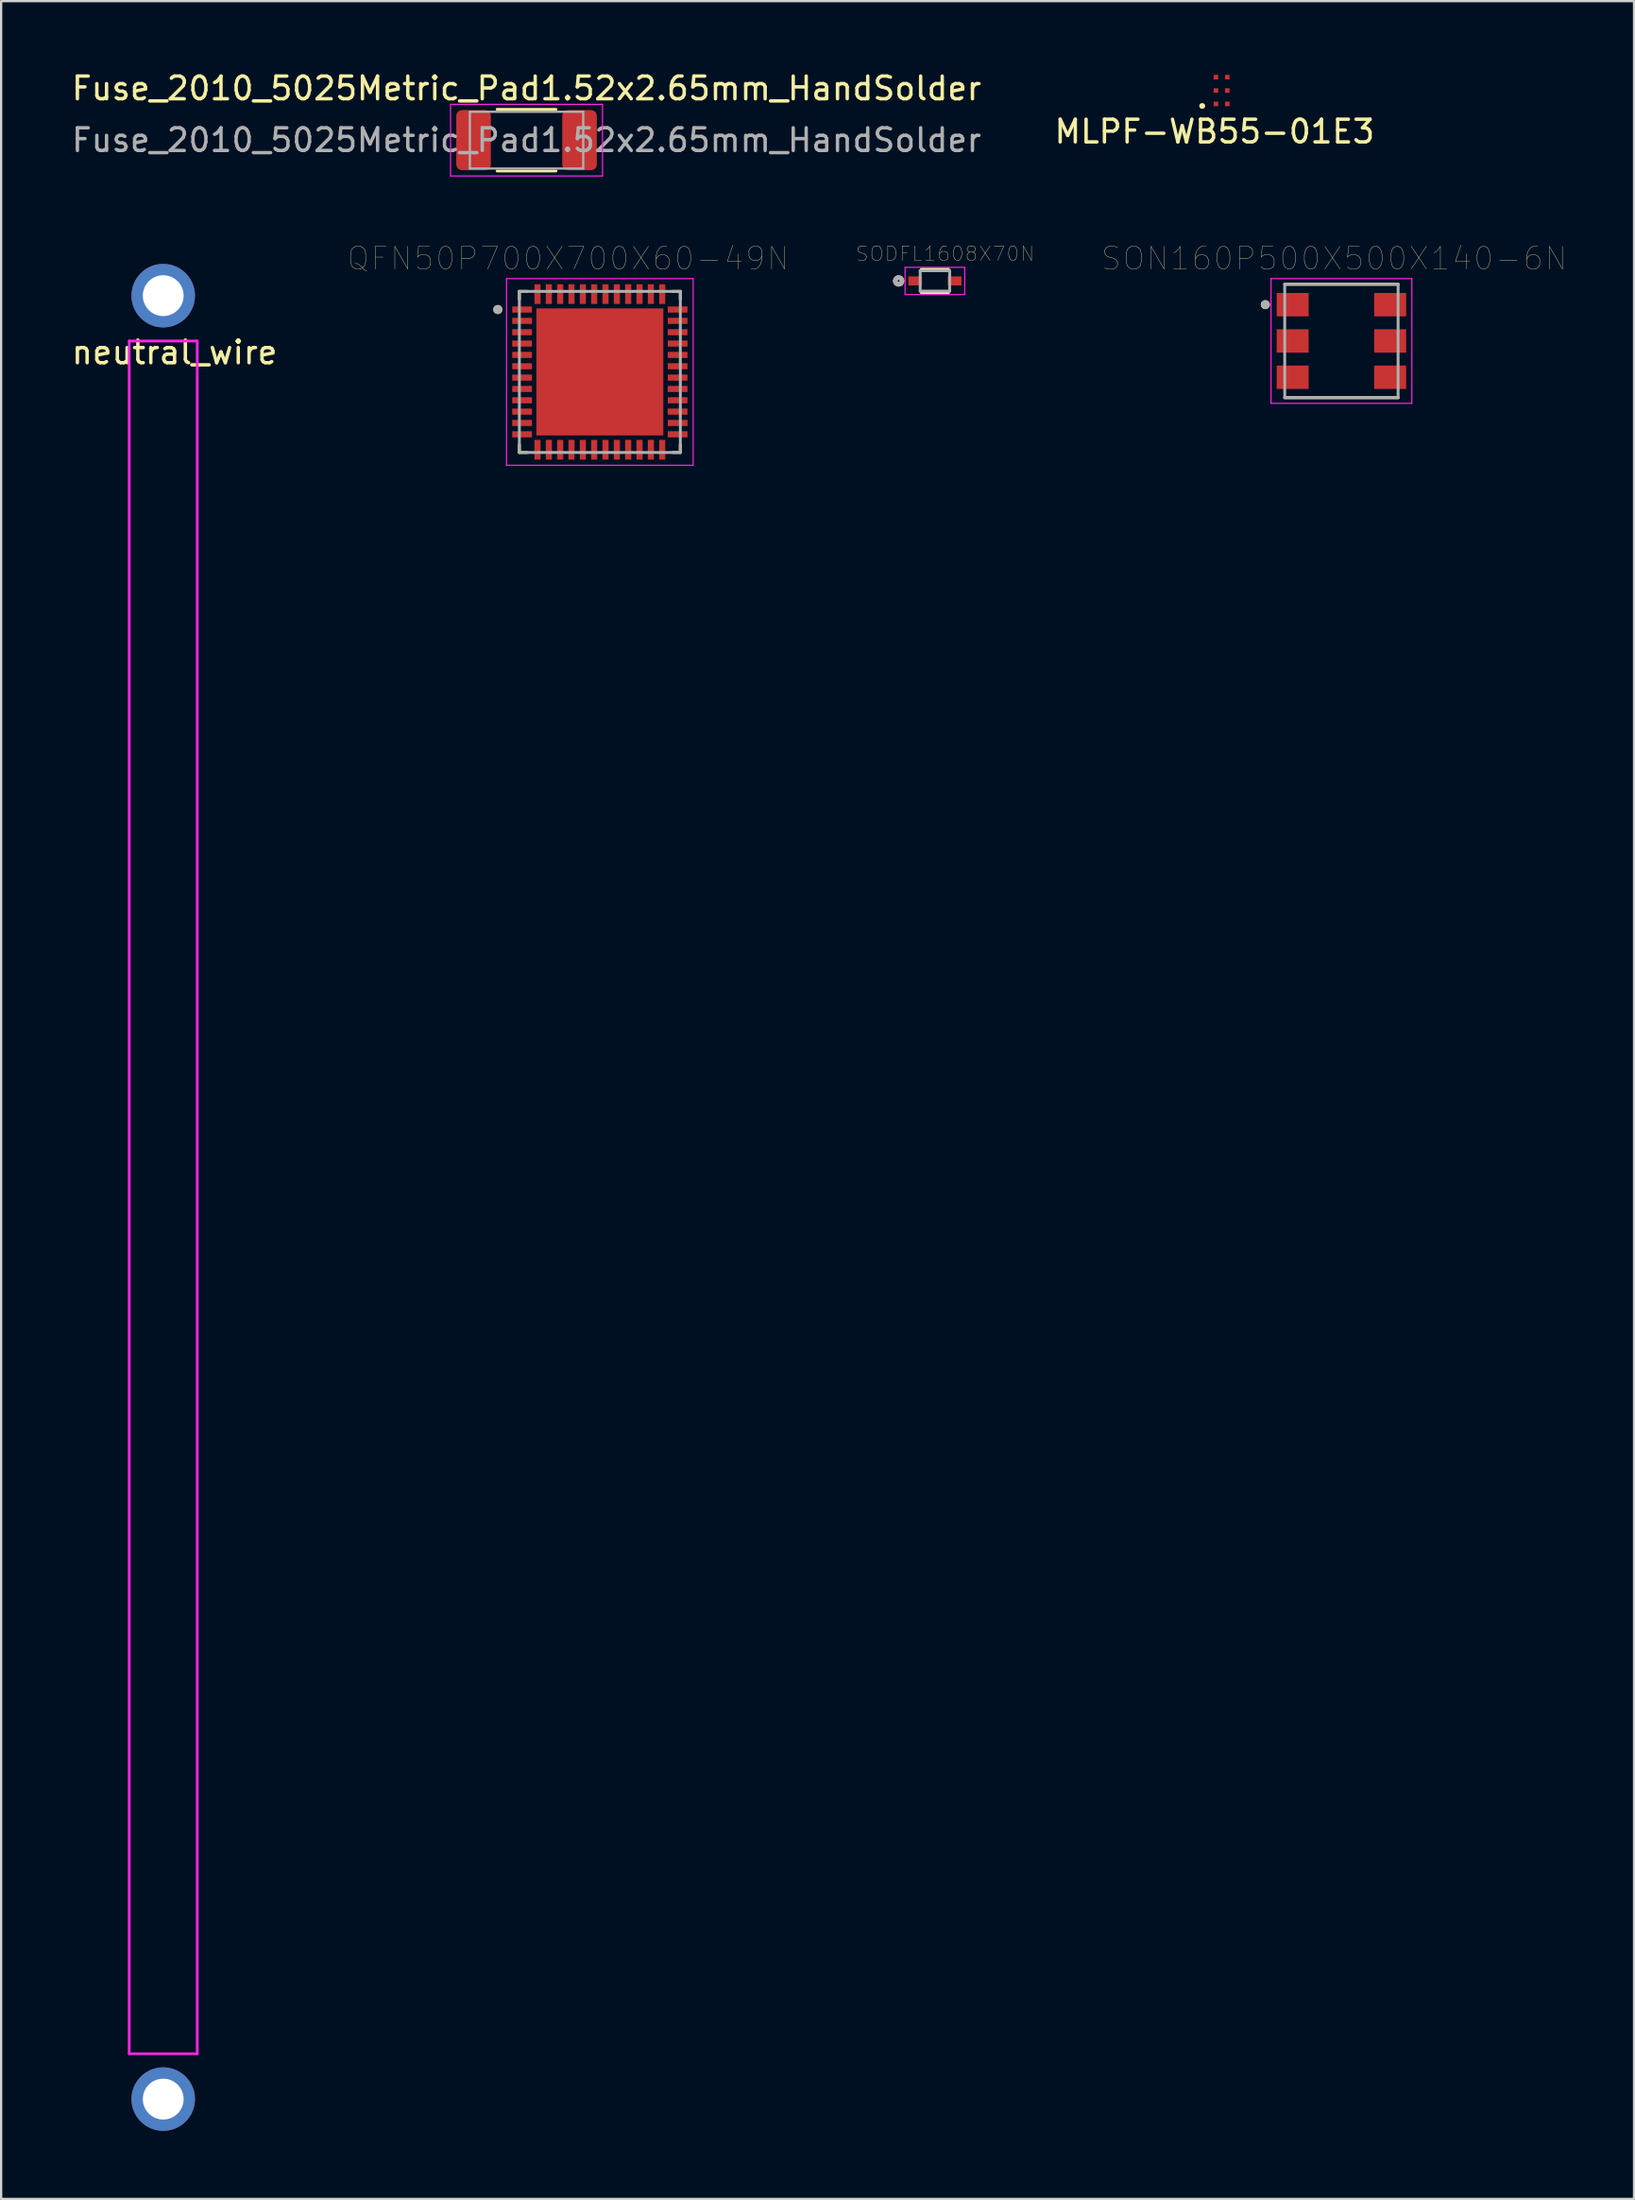
<source format=kicad_pcb>
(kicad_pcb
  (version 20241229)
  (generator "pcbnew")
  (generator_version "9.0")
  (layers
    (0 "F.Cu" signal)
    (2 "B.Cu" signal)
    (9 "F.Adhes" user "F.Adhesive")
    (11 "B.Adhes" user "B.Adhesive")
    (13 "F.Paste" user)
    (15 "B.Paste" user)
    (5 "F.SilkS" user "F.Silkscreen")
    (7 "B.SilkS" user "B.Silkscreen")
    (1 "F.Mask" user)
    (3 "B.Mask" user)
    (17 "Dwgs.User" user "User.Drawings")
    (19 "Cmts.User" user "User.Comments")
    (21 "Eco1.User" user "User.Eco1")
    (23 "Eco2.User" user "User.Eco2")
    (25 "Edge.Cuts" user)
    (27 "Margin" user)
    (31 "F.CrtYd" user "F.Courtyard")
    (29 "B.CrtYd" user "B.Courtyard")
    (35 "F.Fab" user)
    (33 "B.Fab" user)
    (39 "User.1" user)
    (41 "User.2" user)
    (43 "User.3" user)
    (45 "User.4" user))
  (footprint "Fuse_2010_5025Metric_Pad1.52x2.65mm_HandSolder"
    (layer "F.Cu")
    (at 20.173 3.128)
    (property "Reference" "Fuse_2010_5025Metric_Pad1.52x2.65mm_HandSolder" (at 0 -2.28 0) (layer "F.SilkS") (effects (font (size 1 1) (thickness 0.15))))
    (attr smd)
    (fp_line (start -1.3 -1.36) (end 1.3 -1.36) (stroke (width 0.12) (type solid)) (layer "F.SilkS"))
    (fp_line (start -1.3 1.36) (end 1.3 1.36) (stroke (width 0.12) (type solid)) (layer "F.SilkS"))
    (fp_line (start -3.35 -1.58) (end 3.35 -1.58) (stroke (width 0.05) (type solid)) (layer "F.CrtYd"))
    (fp_line (start -3.35 1.58) (end -3.35 -1.58) (stroke (width 0.05) (type solid)) (layer "F.CrtYd"))
    (fp_line (start 3.35 -1.58) (end 3.35 1.58) (stroke (width 0.05) (type solid)) (layer "F.CrtYd"))
    (fp_line (start 3.35 1.58) (end -3.35 1.58) (stroke (width 0.05) (type solid)) (layer "F.CrtYd"))
    (fp_line (start -2.5 -1.25) (end 2.5 -1.25) (stroke (width 0.1) (type solid)) (layer "F.Fab"))
    (fp_line (start -2.5 1.25) (end -2.5 -1.25) (stroke (width 0.1) (type solid)) (layer "F.Fab"))
    (fp_line (start 2.5 -1.25) (end 2.5 1.25) (stroke (width 0.1) (type solid)) (layer "F.Fab"))
    (fp_line (start 2.5 1.25) (end -2.5 1.25) (stroke (width 0.1) (type solid)) (layer "F.Fab"))
    (fp_text user "${REFERENCE}" (at 0 0 0) (layer "F.Fab") (effects (font (size 1 1) (thickness 0.15))))
    (pad "1" smd roundrect (at -2.337 0) (size 1.525 2.65) (layers "F.Cu" "F.Mask" "F.Paste") (roundrect_rratio 0.164))
    (pad "2" smd roundrect (at 2.337 0) (size 1.525 2.65) (layers "F.Cu" "F.Mask" "F.Paste") (roundrect_rratio 0.164)))
  (footprint "MLPF-WB55-01E3"
    (layer "F.Cu")
    (at 50.478 0.25)
    (property "Reference" "MLPF-WB55-01E3" (at 0.04 2.5 0) (layer "F.SilkS") (effects (font (size 1 1) (thickness 0.15))))
    (attr through_hole)
    (fp_line (start -0.51 1.37) (end -0.5 1.37) (stroke (width 0.25) (type solid)) (layer "F.SilkS"))
    (pad "1" smd rect (at 0.1 1.28) (size 0.2 0.2) (layers "F.Cu" "F.Mask" "F.Paste"))
    (pad "2" smd rect (at 0.1 0.69) (size 0.2 0.2) (layers "F.Cu" "F.Mask" "F.Paste"))
    (pad "3" smd rect (at 0.1 0.1) (size 0.2 0.2) (layers "F.Cu" "F.Mask" "F.Paste"))
    (pad "4" smd rect (at 0.6 1.28) (size 0.2 0.2) (layers "F.Cu" "F.Mask" "F.Paste"))
    (pad "5" smd rect (at 0.6 0.69) (size 0.2 0.2) (layers "F.Cu" "F.Mask" "F.Paste"))
    (pad "6" smd rect (at 0.6 0.1) (size 0.2 0.2) (layers "F.Cu" "F.Mask" "F.Paste")))
  (footprint "SON160P500X500X140-6N"
    (layer "F.Cu")
    (at 56.112 11.98)
    (property "Reference" "SON160P500X500X140-6N" (at -0.325 -3.635 0) (layer "F.SilkS") (effects (font (size 1 1) (thickness 0.015))))
    (attr through_hole)
    (fp_line (start -2.5 -2.5) (end 2.5 -2.5) (stroke (width 0.127) (type solid)) (layer "F.SilkS"))
    (fp_line (start -2.5 2.5) (end 2.5 2.5) (stroke (width 0.127) (type solid)) (layer "F.SilkS"))
    (fp_circle (center -3.355 -1.6) (end -3.255 -1.6) (stroke (width 0.2) (type solid)) (fill no) (layer "F.SilkS"))
    (fp_line (start -3.105 -2.75) (end -3.105 2.75) (stroke (width 0.05) (type solid)) (layer "F.CrtYd"))
    (fp_line (start -3.105 -2.75) (end 3.105 -2.75) (stroke (width 0.05) (type solid)) (layer "F.CrtYd"))
    (fp_line (start -3.105 2.75) (end 3.105 2.75) (stroke (width 0.05) (type solid)) (layer "F.CrtYd"))
    (fp_line (start 3.105 -2.75) (end 3.105 2.75) (stroke (width 0.05) (type solid)) (layer "F.CrtYd"))
    (fp_line (start -2.5 -2.5) (end -2.5 2.5) (stroke (width 0.127) (type solid)) (layer "F.Fab"))
    (fp_line (start -2.5 -2.5) (end 2.5 -2.5) (stroke (width 0.127) (type solid)) (layer "F.Fab"))
    (fp_line (start -2.5 2.5) (end 2.5 2.5) (stroke (width 0.127) (type solid)) (layer "F.Fab"))
    (fp_line (start 2.5 -2.5) (end 2.5 2.5) (stroke (width 0.127) (type solid)) (layer "F.Fab"))
    (fp_circle (center -3.355 -1.6) (end -3.255 -1.6) (stroke (width 0.2) (type solid)) (fill no) (layer "F.Fab"))
    (pad "1" smd rect (at -2.15 -1.6) (size 1.41 1.03) (layers "F.Cu" "F.Mask" "F.Paste"))
    (pad "2" smd rect (at -2.15 0) (size 1.41 1.03) (layers "F.Cu" "F.Mask" "F.Paste"))
    (pad "3" smd rect (at -2.15 1.6) (size 1.41 1.03) (layers "F.Cu" "F.Mask" "F.Paste"))
    (pad "4" smd rect (at 2.15 1.6) (size 1.41 1.03) (layers "F.Cu" "F.Mask" "F.Paste"))
    (pad "5" smd rect (at 2.15 0) (size 1.41 1.03) (layers "F.Cu" "F.Mask" "F.Paste"))
    (pad "6" smd rect (at 2.15 -1.6) (size 1.41 1.03) (layers "F.Cu" "F.Mask" "F.Paste")))
  (footprint "neutral_wire"
    (layer "F.Cu")
    (at 4.149 7.983)
    (property "Reference" "neutral_wire" (at 0.5 4.5 0) (layer "F.SilkS") (effects (font (size 1 1) (thickness 0.15))))
    (attr through_hole)
    (fp_line (start -1.5 4) (end 1.5 4) (stroke (width 0.12) (type solid)) (layer "F.CrtYd"))
    (fp_line (start -1.5 79.5) (end -1.5 4) (stroke (width 0.12) (type solid)) (layer "F.CrtYd"))
    (fp_line (start -1.5 79.5) (end 1.5 79.5) (stroke (width 0.12) (type solid)) (layer "F.CrtYd"))
    (fp_line (start 1.5 4) (end 1.5 79.5) (stroke (width 0.12) (type solid)) (layer "F.CrtYd"))
    (pad "1" thru_hole circle (at 0 2) (size 2.8 2.8) (drill 1.8) (layers "*.Cu" "*.Mask"))
    (pad "2" thru_hole circle (at 0 81.5) (size 2.8 2.8) (drill 1.8) (layers "*.Cu" "*.Mask")))
  (footprint "SODFL1608X70N"
    (layer "F.Cu")
    (at 38.184 9.334)
    (property "Reference" "SODFL1608X70N" (at 0.45 -1.2 0) (layer "F.SilkS") (effects (font (size 0.64 0.64) (thickness 0.015))))
    (attr through_hole)
    (fp_line (start -0.6 -0.515) (end 0.6 -0.515) (stroke (width 0.127) (type solid)) (layer "F.SilkS"))
    (fp_line (start 0.6 0.515) (end -0.6 0.515) (stroke (width 0.127) (type solid)) (layer "F.SilkS"))
    (fp_circle (center -1.6 0) (end -1.55 0) (stroke (width 0.2) (type solid)) (fill no) (layer "F.SilkS"))
    (fp_line (start -1.315 -0.6) (end 1.315 -0.6) (stroke (width 0.05) (type solid)) (layer "F.CrtYd"))
    (fp_line (start -1.315 0.6) (end -1.315 -0.6) (stroke (width 0.05) (type solid)) (layer "F.CrtYd"))
    (fp_line (start 1.315 -0.6) (end 1.315 0.6) (stroke (width 0.05) (type solid)) (layer "F.CrtYd"))
    (fp_line (start 1.315 0.6) (end -1.315 0.6) (stroke (width 0.05) (type solid)) (layer "F.CrtYd"))
    (fp_line (start -0.65 -0.45) (end 0.65 -0.45) (stroke (width 0.127) (type solid)) (layer "F.Fab"))
    (fp_line (start -0.65 0.45) (end -0.65 -0.45) (stroke (width 0.127) (type solid)) (layer "F.Fab"))
    (fp_line (start 0.65 -0.45) (end 0.65 0.45) (stroke (width 0.127) (type solid)) (layer "F.Fab"))
    (fp_line (start 0.65 0.45) (end -0.65 0.45) (stroke (width 0.127) (type solid)) (layer "F.Fab"))
    (fp_circle (center -1.6 0) (end -1.55 0) (stroke (width 0.2) (type solid)) (fill no) (layer "F.Fab"))
    (pad "1" smd rect (at -0.87 0) (size 0.6 0.4) (layers "F.Cu" "F.Mask" "F.Paste"))
    (pad "2" smd rect (at 0.87 0) (size 0.6 0.4) (layers "F.Cu" "F.Mask" "F.Paste")))
  (footprint "QFN50P700X700X60-49N"
    (layer "F.Cu")
    (at 23.406 13.345)
    (property "Reference" "QFN50P700X700X60-49N" (at -1.4 -5 0) (layer "F.SilkS") (effects (font (size 1 1) (thickness 0.015))))
    (attr through_hole)
    (fp_line (start -3.55 -3.55) (end -3.55 -3.205) (stroke (width 0.127) (type solid)) (layer "F.SilkS"))
    (fp_line (start -3.55 -3.55) (end -3.205 -3.55) (stroke (width 0.127) (type solid)) (layer "F.SilkS"))
    (fp_line (start -3.55 3.55) (end -3.55 3.205) (stroke (width 0.127) (type solid)) (layer "F.SilkS"))
    (fp_line (start -3.55 3.55) (end -3.205 3.55) (stroke (width 0.127) (type solid)) (layer "F.SilkS"))
    (fp_line (start 3.55 -3.55) (end 3.205 -3.55) (stroke (width 0.127) (type solid)) (layer "F.SilkS"))
    (fp_line (start 3.55 -3.55) (end 3.55 -3.205) (stroke (width 0.127) (type solid)) (layer "F.SilkS"))
    (fp_line (start 3.55 3.55) (end 3.205 3.55) (stroke (width 0.127) (type solid)) (layer "F.SilkS"))
    (fp_line (start 3.55 3.55) (end 3.55 3.205) (stroke (width 0.127) (type solid)) (layer "F.SilkS"))
    (fp_circle (center -4.5 -2.75) (end -4.4 -2.75) (stroke (width 0.2) (type solid)) (fill no) (layer "F.SilkS"))
    (fp_poly (pts (xy -2.29 -2.29) (xy -0.51 -2.29) (xy -0.51 -0.51) (xy -2.29 -0.51)) (stroke (width 0.01) (type solid)) (fill yes) (layer "F.Paste"))
    (fp_poly (pts (xy -2.29 0.51) (xy -0.51 0.51) (xy -0.51 2.29) (xy -2.29 2.29)) (stroke (width 0.01) (type solid)) (fill yes) (layer "F.Paste"))
    (fp_poly (pts (xy 0.51 -2.29) (xy 2.29 -2.29) (xy 2.29 -0.51) (xy 0.51 -0.51)) (stroke (width 0.01) (type solid)) (fill yes) (layer "F.Paste"))
    (fp_poly (pts (xy 0.51 0.51) (xy 2.29 0.51) (xy 2.29 2.29) (xy 0.51 2.29)) (stroke (width 0.01) (type solid)) (fill yes) (layer "F.Paste"))
    (fp_line (start -4.115 -4.115) (end 4.115 -4.115) (stroke (width 0.05) (type solid)) (layer "F.CrtYd"))
    (fp_line (start -4.115 4.115) (end -4.115 -4.115) (stroke (width 0.05) (type solid)) (layer "F.CrtYd"))
    (fp_line (start -4.115 4.115) (end 4.115 4.115) (stroke (width 0.05) (type solid)) (layer "F.CrtYd"))
    (fp_line (start 4.115 4.115) (end 4.115 -4.115) (stroke (width 0.05) (type solid)) (layer "F.CrtYd"))
    (fp_line (start -3.55 3.55) (end -3.55 -3.55) (stroke (width 0.127) (type solid)) (layer "F.Fab"))
    (fp_line (start 3.55 -3.55) (end -3.55 -3.55) (stroke (width 0.127) (type solid)) (layer "F.Fab"))
    (fp_line (start 3.55 3.55) (end -3.55 3.55) (stroke (width 0.127) (type solid)) (layer "F.Fab"))
    (fp_line (start 3.55 3.55) (end 3.55 -3.55) (stroke (width 0.127) (type solid)) (layer "F.Fab"))
    (fp_circle (center -4.5 -2.75) (end -4.4 -2.75) (stroke (width 0.2) (type solid)) (fill no) (layer "F.Fab"))
    (pad "1" smd rect (at -3.43 -2.75) (size 0.87 0.27) (layers "F.Cu" "F.Mask" "F.Paste"))
    (pad "2" smd rect (at -3.43 -2.25) (size 0.87 0.27) (layers "F.Cu" "F.Mask" "F.Paste"))
    (pad "3" smd rect (at -3.43 -1.75) (size 0.87 0.27) (layers "F.Cu" "F.Mask" "F.Paste"))
    (pad "4" smd rect (at -3.43 -1.25) (size 0.87 0.27) (layers "F.Cu" "F.Mask" "F.Paste"))
    (pad "5" smd rect (at -3.43 -0.75) (size 0.87 0.27) (layers "F.Cu" "F.Mask" "F.Paste"))
    (pad "6" smd rect (at -3.43 -0.25) (size 0.87 0.27) (layers "F.Cu" "F.Mask" "F.Paste"))
    (pad "7" smd rect (at -3.43 0.25) (size 0.87 0.27) (layers "F.Cu" "F.Mask" "F.Paste"))
    (pad "8" smd rect (at -3.43 0.75) (size 0.87 0.27) (layers "F.Cu" "F.Mask" "F.Paste"))
    (pad "9" smd rect (at -3.43 1.25) (size 0.87 0.27) (layers "F.Cu" "F.Mask" "F.Paste"))
    (pad "10" smd rect (at -3.43 1.75) (size 0.87 0.27) (layers "F.Cu" "F.Mask" "F.Paste"))
    (pad "11" smd rect (at -3.43 2.25) (size 0.87 0.27) (layers "F.Cu" "F.Mask" "F.Paste"))
    (pad "12" smd rect (at -3.43 2.75) (size 0.87 0.27) (layers "F.Cu" "F.Mask" "F.Paste"))
    (pad "13" smd rect (at -2.75 3.43) (size 0.27 0.87) (layers "F.Cu" "F.Mask" "F.Paste"))
    (pad "14" smd rect (at -2.25 3.43) (size 0.27 0.87) (layers "F.Cu" "F.Mask" "F.Paste"))
    (pad "15" smd rect (at -1.75 3.43) (size 0.27 0.87) (layers "F.Cu" "F.Mask" "F.Paste"))
    (pad "16" smd rect (at -1.25 3.43) (size 0.27 0.87) (layers "F.Cu" "F.Mask" "F.Paste"))
    (pad "17" smd rect (at -0.75 3.43) (size 0.27 0.87) (layers "F.Cu" "F.Mask" "F.Paste"))
    (pad "18" smd rect (at -0.25 3.43) (size 0.27 0.87) (layers "F.Cu" "F.Mask" "F.Paste"))
    (pad "19" smd rect (at 0.25 3.43) (size 0.27 0.87) (layers "F.Cu" "F.Mask" "F.Paste"))
    (pad "20" smd rect (at 0.75 3.43) (size 0.27 0.87) (layers "F.Cu" "F.Mask" "F.Paste"))
    (pad "21" smd rect (at 1.25 3.43) (size 0.27 0.87) (layers "F.Cu" "F.Mask" "F.Paste"))
    (pad "22" smd rect (at 1.75 3.43) (size 0.27 0.87) (layers "F.Cu" "F.Mask" "F.Paste"))
    (pad "23" smd rect (at 2.25 3.43) (size 0.27 0.87) (layers "F.Cu" "F.Mask" "F.Paste"))
    (pad "24" smd rect (at 2.75 3.43) (size 0.27 0.87) (layers "F.Cu" "F.Mask" "F.Paste"))
    (pad "25" smd rect (at 3.43 2.75) (size 0.87 0.27) (layers "F.Cu" "F.Mask" "F.Paste"))
    (pad "26" smd rect (at 3.43 2.25) (size 0.87 0.27) (layers "F.Cu" "F.Mask" "F.Paste"))
    (pad "27" smd rect (at 3.43 1.75) (size 0.87 0.27) (layers "F.Cu" "F.Mask" "F.Paste"))
    (pad "28" smd rect (at 3.43 1.25) (size 0.87 0.27) (layers "F.Cu" "F.Mask" "F.Paste"))
    (pad "29" smd rect (at 3.43 0.75) (size 0.87 0.27) (layers "F.Cu" "F.Mask" "F.Paste"))
    (pad "30" smd rect (at 3.43 0.25) (size 0.87 0.27) (layers "F.Cu" "F.Mask" "F.Paste"))
    (pad "31" smd rect (at 3.43 -0.25) (size 0.87 0.27) (layers "F.Cu" "F.Mask" "F.Paste"))
    (pad "32" smd rect (at 3.43 -0.75) (size 0.87 0.27) (layers "F.Cu" "F.Mask" "F.Paste"))
    (pad "33" smd rect (at 3.43 -1.25) (size 0.87 0.27) (layers "F.Cu" "F.Mask" "F.Paste"))
    (pad "34" smd rect (at 3.43 -1.75) (size 0.87 0.27) (layers "F.Cu" "F.Mask" "F.Paste"))
    (pad "35" smd rect (at 3.43 -2.25) (size 0.87 0.27) (layers "F.Cu" "F.Mask" "F.Paste"))
    (pad "36" smd rect (at 3.43 -2.75) (size 0.87 0.27) (layers "F.Cu" "F.Mask" "F.Paste"))
    (pad "37" smd rect (at 2.75 -3.43) (size 0.27 0.87) (layers "F.Cu" "F.Mask" "F.Paste"))
    (pad "38" smd rect (at 2.25 -3.43) (size 0.27 0.87) (layers "F.Cu" "F.Mask" "F.Paste"))
    (pad "39" smd rect (at 1.75 -3.43) (size 0.27 0.87) (layers "F.Cu" "F.Mask" "F.Paste"))
    (pad "40" smd rect (at 1.25 -3.43) (size 0.27 0.87) (layers "F.Cu" "F.Mask" "F.Paste"))
    (pad "41" smd rect (at 0.75 -3.43) (size 0.27 0.87) (layers "F.Cu" "F.Mask" "F.Paste"))
    (pad "42" smd rect (at 0.25 -3.43) (size 0.27 0.87) (layers "F.Cu" "F.Mask" "F.Paste"))
    (pad "43" smd rect (at -0.25 -3.43) (size 0.27 0.87) (layers "F.Cu" "F.Mask" "F.Paste"))
    (pad "44" smd rect (at -0.75 -3.43) (size 0.27 0.87) (layers "F.Cu" "F.Mask" "F.Paste"))
    (pad "45" smd rect (at -1.25 -3.43) (size 0.27 0.87) (layers "F.Cu" "F.Mask" "F.Paste"))
    (pad "46" smd rect (at -1.75 -3.43) (size 0.27 0.87) (layers "F.Cu" "F.Mask" "F.Paste"))
    (pad "47" smd rect (at -2.25 -3.43) (size 0.27 0.87) (layers "F.Cu" "F.Mask" "F.Paste"))
    (pad "48" smd rect (at -2.75 -3.43) (size 0.27 0.87) (layers "F.Cu" "F.Mask" "F.Paste"))
    (pad "49" smd rect (at 0 0) (size 5.6 5.6) (layers "F.Cu" "F.Mask")))
  (gr_rect
    (start -3 -3)
    (end 69.019 93.883)
    (stroke (width 0.1) (type default))
    (fill no)
    (layer "Edge.Cuts")))
</source>
